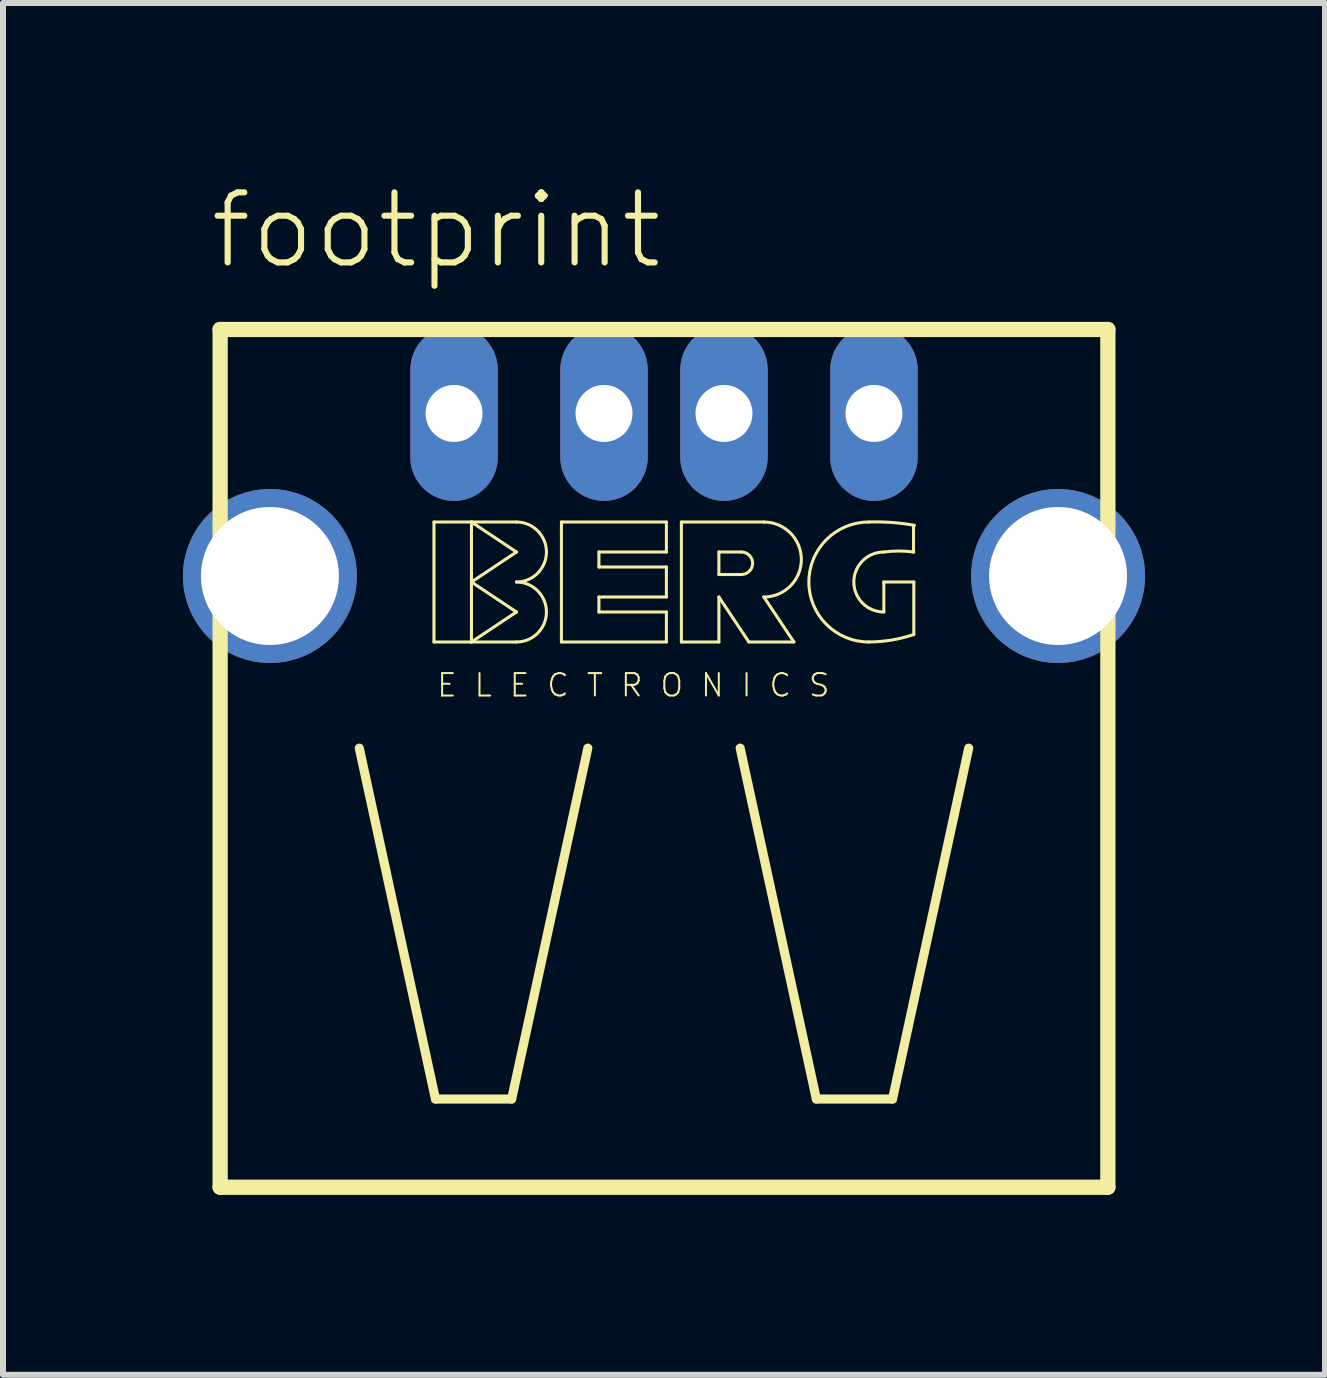
<source format=kicad_pcb>
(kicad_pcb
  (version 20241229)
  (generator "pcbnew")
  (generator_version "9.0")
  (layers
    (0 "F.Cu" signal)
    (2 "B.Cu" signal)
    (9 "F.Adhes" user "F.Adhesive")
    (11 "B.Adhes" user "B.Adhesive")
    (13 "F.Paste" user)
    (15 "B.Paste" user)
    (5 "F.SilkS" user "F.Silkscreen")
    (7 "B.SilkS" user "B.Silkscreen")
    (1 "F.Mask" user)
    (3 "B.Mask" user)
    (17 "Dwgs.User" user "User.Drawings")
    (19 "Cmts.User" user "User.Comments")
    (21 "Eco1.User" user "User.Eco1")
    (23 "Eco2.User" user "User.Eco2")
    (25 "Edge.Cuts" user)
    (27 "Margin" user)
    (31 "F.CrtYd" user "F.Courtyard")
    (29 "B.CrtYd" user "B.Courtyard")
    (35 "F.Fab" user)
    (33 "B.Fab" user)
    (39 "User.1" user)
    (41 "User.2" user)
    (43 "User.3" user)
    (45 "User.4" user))
  (footprint "footprint"
    (layer "F.Cu")
    (at 8.02 6.553)
    (property "Reference" "footprint" (at -7.62 -5.08 0) (layer "F.SilkS") (effects (font (size 1.168 1.168) (thickness 0.102)) (justify left bottom)))
    (fp_line (start -7.4 -4.11) (end -7.4 10.19) (stroke (width 0.254) (type solid)) (layer "F.SilkS"))
    (fp_line (start -7.4 10.19) (end 7.4 10.19) (stroke (width 0.254) (type solid)) (layer "F.SilkS"))
    (fp_line (start -5.08 2.87) (end -3.81 8.72) (stroke (width 0.152) (type solid)) (layer "F.SilkS"))
    (fp_line (start -3.835 -0.9) (end -3.835 1.1) (stroke (width 0.051) (type solid)) (layer "F.SilkS"))
    (fp_line (start -3.835 1.1) (end -3.21 1.1) (stroke (width 0.051) (type solid)) (layer "F.SilkS"))
    (fp_line (start -3.81 8.72) (end -2.54 8.72) (stroke (width 0.152) (type solid)) (layer "F.SilkS"))
    (fp_line (start -3.21 -0.9) (end -3.835 -0.9) (stroke (width 0.051) (type solid)) (layer "F.SilkS"))
    (fp_line (start -3.21 -0.9) (end -2.46 -0.4) (stroke (width 0.051) (type solid)) (layer "F.SilkS"))
    (fp_line (start -3.21 0.1) (end -3.21 -0.9) (stroke (width 0.051) (type solid)) (layer "F.SilkS"))
    (fp_line (start -3.21 0.1) (end -2.46 0.6) (stroke (width 0.051) (type solid)) (layer "F.SilkS"))
    (fp_line (start -3.21 1.1) (end -3.21 0.1) (stroke (width 0.051) (type solid)) (layer "F.SilkS"))
    (fp_line (start -2.54 8.72) (end -1.27 2.87) (stroke (width 0.152) (type solid)) (layer "F.SilkS"))
    (fp_line (start -2.46 -0.9) (end -3.21 -0.9) (stroke (width 0.051) (type solid)) (layer "F.SilkS"))
    (fp_line (start -2.46 -0.4) (end -3.21 0.1) (stroke (width 0.051) (type solid)) (layer "F.SilkS"))
    (fp_line (start -2.46 0.6) (end -3.21 1.1) (stroke (width 0.051) (type solid)) (layer "F.SilkS"))
    (fp_line (start -2.46 1.1) (end -3.21 1.1) (stroke (width 0.051) (type solid)) (layer "F.SilkS"))
    (fp_line (start -1.71 -0.9) (end -1.71 1.1) (stroke (width 0.051) (type solid)) (layer "F.SilkS"))
    (fp_line (start -1.71 1.1) (end 0.04 1.1) (stroke (width 0.051) (type solid)) (layer "F.SilkS"))
    (fp_line (start -1.085 -0.4) (end 0.04 -0.4) (stroke (width 0.051) (type solid)) (layer "F.SilkS"))
    (fp_line (start -1.085 -0.15) (end -1.085 -0.4) (stroke (width 0.051) (type solid)) (layer "F.SilkS"))
    (fp_line (start -1.085 0.35) (end 0.04 0.35) (stroke (width 0.051) (type solid)) (layer "F.SilkS"))
    (fp_line (start -1.085 0.6) (end -1.085 0.35) (stroke (width 0.051) (type solid)) (layer "F.SilkS"))
    (fp_line (start 0.04 -0.9) (end -1.71 -0.9) (stroke (width 0.051) (type solid)) (layer "F.SilkS"))
    (fp_line (start 0.04 -0.4) (end 0.04 -0.9) (stroke (width 0.051) (type solid)) (layer "F.SilkS"))
    (fp_line (start 0.04 -0.15) (end -1.085 -0.15) (stroke (width 0.051) (type solid)) (layer "F.SilkS"))
    (fp_line (start 0.04 0.35) (end 0.04 -0.15) (stroke (width 0.051) (type solid)) (layer "F.SilkS"))
    (fp_line (start 0.04 0.6) (end -1.085 0.6) (stroke (width 0.051) (type solid)) (layer "F.SilkS"))
    (fp_line (start 0.04 1.1) (end 0.04 0.6) (stroke (width 0.051) (type solid)) (layer "F.SilkS"))
    (fp_line (start 0.29 -0.9) (end 0.29 1.1) (stroke (width 0.051) (type solid)) (layer "F.SilkS"))
    (fp_line (start 0.29 -0.9) (end 1.665 -0.9) (stroke (width 0.051) (type solid)) (layer "F.SilkS"))
    (fp_line (start 0.29 1.1) (end 0.915 1.1) (stroke (width 0.051) (type solid)) (layer "F.SilkS"))
    (fp_line (start 0.915 -0.4) (end 0.915 -0.025) (stroke (width 0.051) (type solid)) (layer "F.SilkS"))
    (fp_line (start 0.915 -0.4) (end 1.29 -0.4) (stroke (width 0.051) (type solid)) (layer "F.SilkS"))
    (fp_line (start 0.915 -0.025) (end 1.29 -0.025) (stroke (width 0.051) (type solid)) (layer "F.SilkS"))
    (fp_line (start 0.915 0.35) (end 1.415 1.1) (stroke (width 0.051) (type solid)) (layer "F.SilkS"))
    (fp_line (start 0.915 1.1) (end 0.915 0.35) (stroke (width 0.051) (type solid)) (layer "F.SilkS"))
    (fp_line (start 1.27 2.87) (end 2.54 8.72) (stroke (width 0.152) (type solid)) (layer "F.SilkS"))
    (fp_line (start 1.415 1.1) (end 2.165 1.1) (stroke (width 0.051) (type solid)) (layer "F.SilkS"))
    (fp_line (start 2.165 1.1) (end 1.665 0.35) (stroke (width 0.051) (type solid)) (layer "F.SilkS"))
    (fp_line (start 2.54 8.72) (end 3.81 8.72) (stroke (width 0.152) (type solid)) (layer "F.SilkS"))
    (fp_line (start 3.665 0.1) (end 3.665 0.6) (stroke (width 0.051) (type solid)) (layer "F.SilkS"))
    (fp_line (start 3.665 0.1) (end 4.165 0.1) (stroke (width 0.051) (type solid)) (layer "F.SilkS"))
    (fp_line (start 3.81 8.72) (end 5.08 2.87) (stroke (width 0.152) (type solid)) (layer "F.SilkS"))
    (fp_line (start 4.16 -0.4) (end 4.16 -0.845) (stroke (width 0.051) (type solid)) (layer "F.SilkS"))
    (fp_line (start 4.165 0.1) (end 4.165 0.975) (stroke (width 0.051) (type solid)) (layer "F.SilkS"))
    (fp_line (start 7.4 -4.11) (end -7.4 -4.11) (stroke (width 0.254) (type solid)) (layer "F.SilkS"))
    (fp_line (start 7.4 10.19) (end 7.4 -4.11) (stroke (width 0.254) (type solid)) (layer "F.SilkS"))
    (fp_arc (start -2.46 -0.9) (mid -1.96 -0.4) (end -2.46 0.1) (stroke (width 0.0508) (type solid)) (layer "F.SilkS"))
    (fp_arc (start -2.46 0.1) (mid -1.96 0.6) (end -2.46 1.1) (stroke (width 0.0508) (type solid)) (layer "F.SilkS"))
    (fp_arc (start 1.29 -0.4) (mid 1.4775 -0.2125) (end 1.29 -0.025) (stroke (width 0.0508) (type solid)) (layer "F.SilkS"))
    (fp_arc (start 1.665 -0.9) (mid 2.29 -0.275) (end 1.665 0.35) (stroke (width 0.0508) (type solid)) (layer "F.SilkS"))
    (fp_arc (start 3.415 -0.9) (mid 3.796448 -0.89251) (end 4.175 -0.845) (stroke (width 0.0508) (type solid)) (layer "F.SilkS"))
    (fp_arc (start 3.415 1.1) (mid 2.415 0.1) (end 3.415 -0.9) (stroke (width 0.0508) (type solid)) (layer "F.SilkS"))
    (fp_arc (start 3.665 -0.4) (mid 3.915 -0.416593) (end 4.165 -0.4) (stroke (width 0.0508) (type solid)) (layer "F.SilkS"))
    (fp_arc (start 3.665 0.6) (mid 3.165 0.1) (end 3.665 -0.4) (stroke (width 0.0508) (type solid)) (layer "F.SilkS"))
    (fp_arc (start 4.165 0.975) (mid 3.795035 1.06771) (end 3.415 1.1) (stroke (width 0.0508) (type solid)) (layer "F.SilkS"))
    (fp_text user "E L E C T R O N I C S" (at -3.81 2.04 0) (layer "F.SilkS") (effects (font (size 0.374 0.374) (thickness 0.033)) (justify left bottom)))
    (pad "1" thru_hole oval (at -3.5 -2.71 90) (size 2.916 1.458) (drill 0.95) (layers "*.Cu" "*.Mask"))
    (pad "2" thru_hole oval (at -1 -2.71 90) (size 2.916 1.458) (drill 0.95) (layers "*.Cu" "*.Mask"))
    (pad "3" thru_hole oval (at 1 -2.71 90) (size 2.916 1.458) (drill 0.95) (layers "*.Cu" "*.Mask"))
    (pad "4" thru_hole oval (at 3.5 -2.71 90) (size 2.916 1.458) (drill 0.95) (layers "*.Cu" "*.Mask"))
    (pad "S1" thru_hole circle (at -6.57 0) (size 2.9 2.9) (drill 2.3) (layers "*.Cu" "*.Mask"))
    (pad "S2" thru_hole circle (at 6.57 0 180) (size 2.9 2.9) (drill 2.3) (layers "*.Cu" "*.Mask")))
  (gr_rect
    (start -3 -3)
    (end 19.04 19.87)
    (stroke (width 0.1) (type default))
    (fill no)
    (layer "Edge.Cuts")))
</source>
